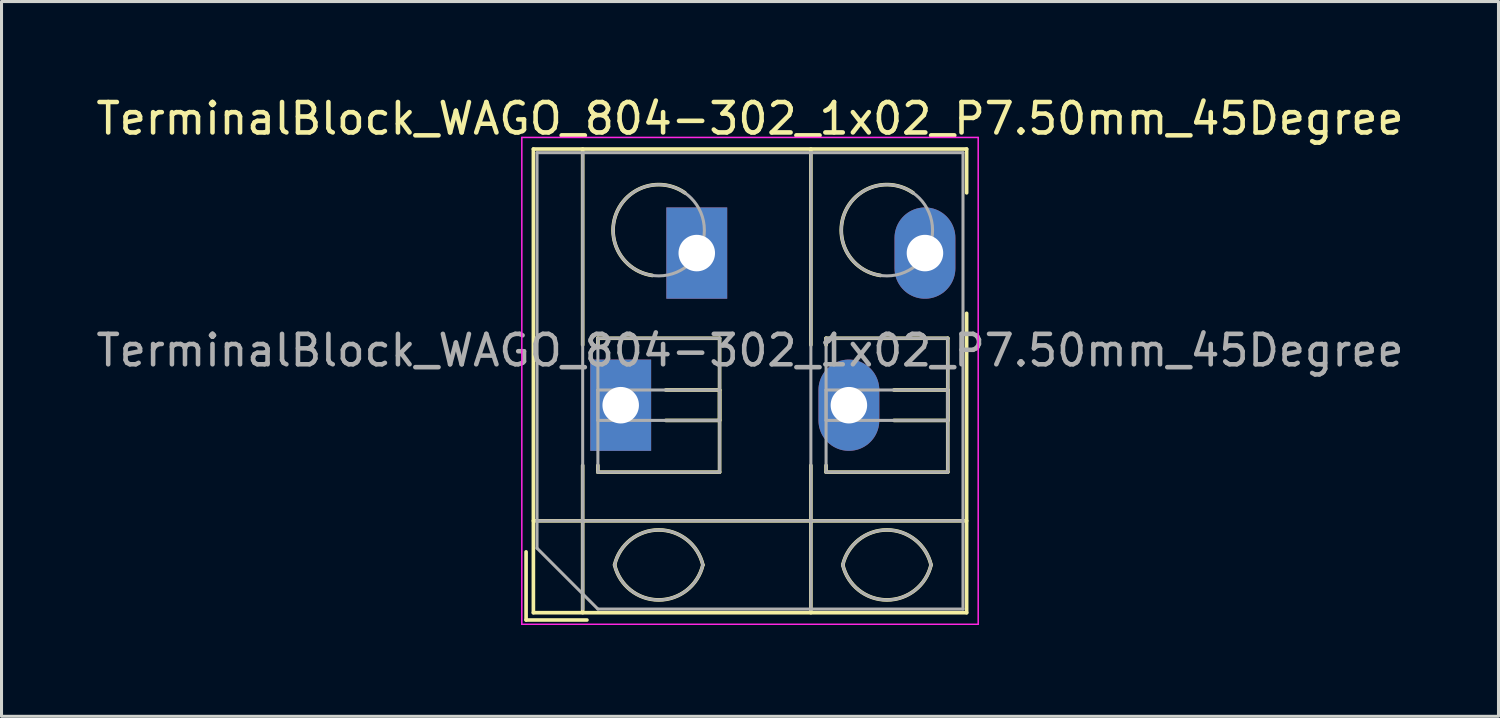
<source format=kicad_pcb>
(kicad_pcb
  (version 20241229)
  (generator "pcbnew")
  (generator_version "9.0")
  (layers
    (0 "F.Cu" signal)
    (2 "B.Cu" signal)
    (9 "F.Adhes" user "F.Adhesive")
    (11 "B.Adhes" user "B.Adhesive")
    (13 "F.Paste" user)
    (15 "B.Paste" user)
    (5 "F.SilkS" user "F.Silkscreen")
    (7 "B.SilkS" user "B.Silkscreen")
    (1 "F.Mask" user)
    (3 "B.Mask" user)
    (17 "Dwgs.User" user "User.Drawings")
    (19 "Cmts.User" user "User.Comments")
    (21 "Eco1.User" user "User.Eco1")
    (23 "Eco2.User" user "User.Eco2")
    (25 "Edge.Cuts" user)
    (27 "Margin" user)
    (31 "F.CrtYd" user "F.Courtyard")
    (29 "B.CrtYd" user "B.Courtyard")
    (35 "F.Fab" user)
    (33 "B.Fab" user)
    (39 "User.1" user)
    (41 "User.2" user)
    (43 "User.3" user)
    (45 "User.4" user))
  (footprint "TerminalBlock_WAGO_804-302_1x02_P7.50mm_45Degree"
    (layer "F.Cu")
    (at 17.351 10.268)
    (property "Reference" "TerminalBlock_WAGO_804-302_1x02_P7.50mm_45Degree" (at 4.25 -9.42 0) (layer "F.SilkS") (effects (font (size 1 1) (thickness 0.15))))
    (attr through_hole)
    (fp_line (start -3.11 4.82) (end -3.11 7.06) (stroke (width 0.12) (type solid)) (layer "F.SilkS"))
    (fp_line (start -3.11 7.06) (end -1.11 7.06) (stroke (width 0.12) (type solid)) (layer "F.SilkS"))
    (fp_line (start -2.87 -8.42) (end -2.87 6.82) (stroke (width 0.12) (type solid)) (layer "F.SilkS"))
    (fp_line (start -2.87 -8.42) (end 11.37 -8.42) (stroke (width 0.12) (type solid)) (layer "F.SilkS"))
    (fp_line (start -2.87 3.8) (end 11.37 3.8) (stroke (width 0.12) (type solid)) (layer "F.SilkS"))
    (fp_line (start -2.87 6.82) (end 11.37 6.82) (stroke (width 0.12) (type solid)) (layer "F.SilkS"))
    (fp_line (start -1.25 -8.42) (end -1.25 -1.98) (stroke (width 0.12) (type solid)) (layer "F.SilkS"))
    (fp_line (start -1.25 1.98) (end -1.25 6.82) (stroke (width 0.12) (type solid)) (layer "F.SilkS"))
    (fp_line (start -0.75 -2.2) (end -0.75 -1.98) (stroke (width 0.12) (type solid)) (layer "F.SilkS"))
    (fp_line (start -0.75 -2.2) (end 3.25 -2.2) (stroke (width 0.12) (type solid)) (layer "F.SilkS"))
    (fp_line (start -0.75 1.98) (end -0.75 2.2) (stroke (width 0.12) (type solid)) (layer "F.SilkS"))
    (fp_line (start -0.75 2.2) (end 3.25 2.2) (stroke (width 0.12) (type solid)) (layer "F.SilkS"))
    (fp_line (start 1.48 -0.5) (end 3.25 -0.5) (stroke (width 0.12) (type solid)) (layer "F.SilkS"))
    (fp_line (start 1.48 0.5) (end 3.25 0.5) (stroke (width 0.12) (type solid)) (layer "F.SilkS"))
    (fp_line (start 3.25 -2.2) (end 3.25 2.2) (stroke (width 0.12) (type solid)) (layer "F.SilkS"))
    (fp_line (start 3.25 -0.5) (end 3.25 0.5) (stroke (width 0.12) (type solid)) (layer "F.SilkS"))
    (fp_line (start 6.25 -8.42) (end 6.25 -1.98) (stroke (width 0.12) (type solid)) (layer "F.SilkS"))
    (fp_line (start 6.25 1.98) (end 6.25 6.82) (stroke (width 0.12) (type solid)) (layer "F.SilkS"))
    (fp_line (start 6.75 -2.2) (end 6.75 -1.98) (stroke (width 0.12) (type solid)) (layer "F.SilkS"))
    (fp_line (start 6.75 -2.2) (end 10.75 -2.2) (stroke (width 0.12) (type solid)) (layer "F.SilkS"))
    (fp_line (start 6.75 1.98) (end 6.75 2.2) (stroke (width 0.12) (type solid)) (layer "F.SilkS"))
    (fp_line (start 6.75 2.2) (end 10.75 2.2) (stroke (width 0.12) (type solid)) (layer "F.SilkS"))
    (fp_line (start 8.98 -0.5) (end 10.75 -0.5) (stroke (width 0.12) (type solid)) (layer "F.SilkS"))
    (fp_line (start 8.98 0.5) (end 10.75 0.5) (stroke (width 0.12) (type solid)) (layer "F.SilkS"))
    (fp_line (start 10.75 -2.2) (end 10.75 2.2) (stroke (width 0.12) (type solid)) (layer "F.SilkS"))
    (fp_line (start 10.75 -0.5) (end 10.75 0.5) (stroke (width 0.12) (type solid)) (layer "F.SilkS"))
    (fp_line (start 11.37 -8.42) (end 11.37 -6.98) (stroke (width 0.12) (type solid)) (layer "F.SilkS"))
    (fp_line (start 11.37 -3.02) (end 11.37 6.82) (stroke (width 0.12) (type solid)) (layer "F.SilkS"))
    (fp_arc (start -0.200865 5.250424) (mid 1.250296 4.099926) (end 2.701 5.251) (stroke (width 0.12) (type solid)) (layer "F.SilkS"))
    (fp_arc (start 1.040798 -4.264067) (mid -0.146039 -6.300306) (end 2.111 -6.979) (stroke (width 0.12) (type solid)) (layer "F.SilkS"))
    (fp_arc (start 2.7 5.25) (mid 1.250068 6.400101) (end -0.199969 5.250133) (stroke (width 0.12) (type solid)) (layer "F.SilkS"))
    (fp_arc (start 7.299135 5.250424) (mid 8.750296 4.099926) (end 10.201 5.251) (stroke (width 0.12) (type solid)) (layer "F.SilkS"))
    (fp_arc (start 8.540798 -4.264067) (mid 7.353961 -6.300306) (end 9.611 -6.979) (stroke (width 0.12) (type solid)) (layer "F.SilkS"))
    (fp_arc (start 10.2 5.25) (mid 8.750068 6.400101) (end 7.300031 5.250133) (stroke (width 0.12) (type solid)) (layer "F.SilkS"))
    (fp_line (start -3.25 -8.8) (end -3.25 7.2) (stroke (width 0.05) (type solid)) (layer "F.CrtYd"))
    (fp_line (start -3.25 7.2) (end 11.75 7.2) (stroke (width 0.05) (type solid)) (layer "F.CrtYd"))
    (fp_line (start 11.75 -8.8) (end -3.25 -8.8) (stroke (width 0.05) (type solid)) (layer "F.CrtYd"))
    (fp_line (start 11.75 7.2) (end 11.75 -8.8) (stroke (width 0.05) (type solid)) (layer "F.CrtYd"))
    (fp_line (start -2.75 -8.3) (end 11.25 -8.3) (stroke (width 0.1) (type solid)) (layer "F.Fab"))
    (fp_line (start -2.75 3.8) (end 11.25 3.8) (stroke (width 0.1) (type solid)) (layer "F.Fab"))
    (fp_line (start -2.75 4.7) (end -2.75 -8.3) (stroke (width 0.1) (type solid)) (layer "F.Fab"))
    (fp_line (start -1.25 -8.3) (end -1.25 6.7) (stroke (width 0.1) (type solid)) (layer "F.Fab"))
    (fp_line (start -0.75 -2.2) (end -0.75 2.2) (stroke (width 0.1) (type solid)) (layer "F.Fab"))
    (fp_line (start -0.75 -0.5) (end -0.75 0.5) (stroke (width 0.1) (type solid)) (layer "F.Fab"))
    (fp_line (start -0.75 0.5) (end 3.25 0.5) (stroke (width 0.1) (type solid)) (layer "F.Fab"))
    (fp_line (start -0.75 2.2) (end 3.25 2.2) (stroke (width 0.1) (type solid)) (layer "F.Fab"))
    (fp_line (start -0.75 6.7) (end -2.75 4.7) (stroke (width 0.1) (type solid)) (layer "F.Fab"))
    (fp_line (start 3.25 -2.2) (end -0.75 -2.2) (stroke (width 0.1) (type solid)) (layer "F.Fab"))
    (fp_line (start 3.25 -0.5) (end -0.75 -0.5) (stroke (width 0.1) (type solid)) (layer "F.Fab"))
    (fp_line (start 3.25 0.5) (end 3.25 -0.5) (stroke (width 0.1) (type solid)) (layer "F.Fab"))
    (fp_line (start 3.25 2.2) (end 3.25 -2.2) (stroke (width 0.1) (type solid)) (layer "F.Fab"))
    (fp_line (start 6.25 -8.3) (end 6.25 6.7) (stroke (width 0.1) (type solid)) (layer "F.Fab"))
    (fp_line (start 6.75 -2.2) (end 6.75 2.2) (stroke (width 0.1) (type solid)) (layer "F.Fab"))
    (fp_line (start 6.75 -0.5) (end 6.75 0.5) (stroke (width 0.1) (type solid)) (layer "F.Fab"))
    (fp_line (start 6.75 0.5) (end 10.75 0.5) (stroke (width 0.1) (type solid)) (layer "F.Fab"))
    (fp_line (start 6.75 2.2) (end 10.75 2.2) (stroke (width 0.1) (type solid)) (layer "F.Fab"))
    (fp_line (start 10.75 -2.2) (end 6.75 -2.2) (stroke (width 0.1) (type solid)) (layer "F.Fab"))
    (fp_line (start 10.75 -0.5) (end 6.75 -0.5) (stroke (width 0.1) (type solid)) (layer "F.Fab"))
    (fp_line (start 10.75 0.5) (end 10.75 -0.5) (stroke (width 0.1) (type solid)) (layer "F.Fab"))
    (fp_line (start 10.75 2.2) (end 10.75 -2.2) (stroke (width 0.1) (type solid)) (layer "F.Fab"))
    (fp_line (start 11.25 -8.3) (end 11.25 6.7) (stroke (width 0.1) (type solid)) (layer "F.Fab"))
    (fp_line (start 11.25 6.7) (end -0.75 6.7) (stroke (width 0.1) (type solid)) (layer "F.Fab"))
    (fp_arc (start -0.200865 5.250424) (mid 1.250296 4.099926) (end 2.701 5.251) (stroke (width 0.1) (type solid)) (layer "F.Fab"))
    (fp_arc (start 2.7 5.25) (mid 1.250068 6.400101) (end -0.199969 5.250133) (stroke (width 0.1) (type solid)) (layer "F.Fab"))
    (fp_arc (start 7.299135 5.250424) (mid 8.750296 4.099926) (end 10.201 5.251) (stroke (width 0.1) (type solid)) (layer "F.Fab"))
    (fp_arc (start 10.2 5.25) (mid 8.750068 6.400101) (end 7.300031 5.250133) (stroke (width 0.1) (type solid)) (layer "F.Fab"))
    (fp_circle (center 1.25 -5.75) (end 2.75 -5.75) (stroke (width 0.1) (type solid)) (fill no) (layer "F.Fab"))
    (fp_circle (center 8.75 -5.75) (end 10.25 -5.75) (stroke (width 0.1) (type solid)) (fill no) (layer "F.Fab"))
    (fp_text user "${REFERENCE}" (at 4.25 -1.8 0) (layer "F.Fab") (effects (font (size 1 1) (thickness 0.15))))
    (pad "1" thru_hole rect (at 0 0) (size 2 3) (drill 1.2) (layers "*.Cu" "*.Mask"))
    (pad "1" thru_hole rect (at 2.5 -5) (size 2 3) (drill 1.2) (layers "*.Cu" "*.Mask"))
    (pad "2" thru_hole oval (at 7.5 0) (size 2 3) (drill 1.2) (layers "*.Cu" "*.Mask"))
    (pad "2" thru_hole oval (at 10 -5) (size 2 3) (drill 1.2) (layers "*.Cu" "*.Mask")))
  (gr_rect
    (start -3 -3)
    (end 46.202 20.493)
    (stroke (width 0.1) (type default))
    (fill no)
    (layer "Edge.Cuts")))
</source>
